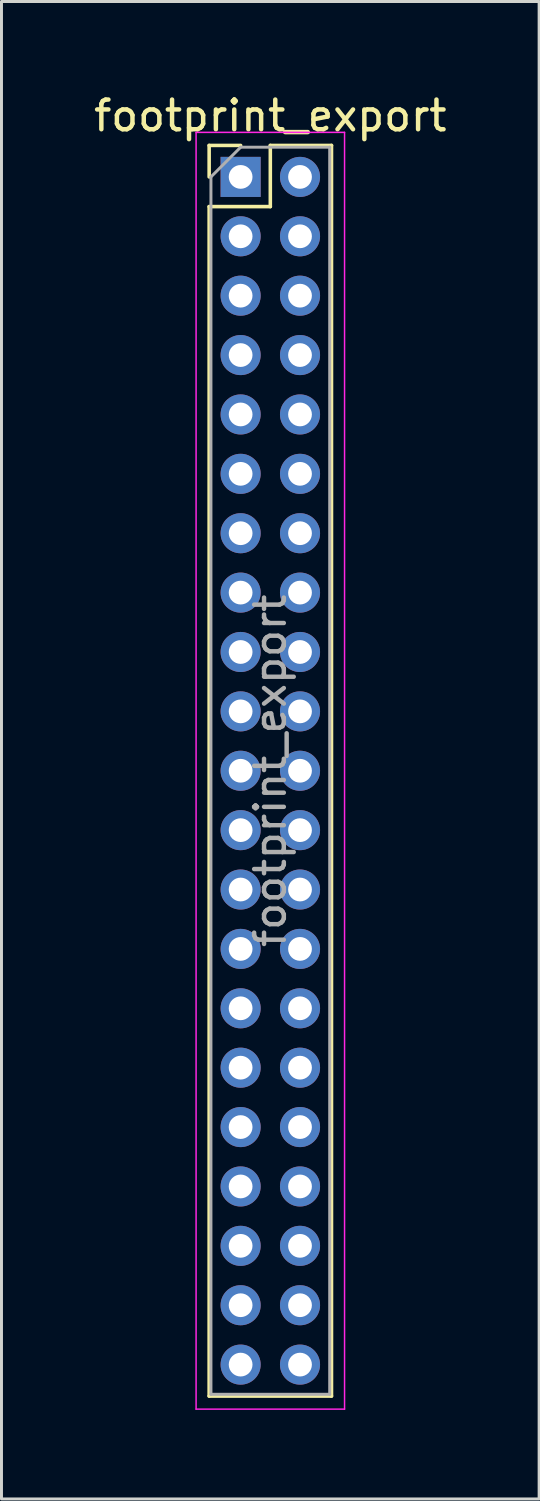
<source format=kicad_pcb>
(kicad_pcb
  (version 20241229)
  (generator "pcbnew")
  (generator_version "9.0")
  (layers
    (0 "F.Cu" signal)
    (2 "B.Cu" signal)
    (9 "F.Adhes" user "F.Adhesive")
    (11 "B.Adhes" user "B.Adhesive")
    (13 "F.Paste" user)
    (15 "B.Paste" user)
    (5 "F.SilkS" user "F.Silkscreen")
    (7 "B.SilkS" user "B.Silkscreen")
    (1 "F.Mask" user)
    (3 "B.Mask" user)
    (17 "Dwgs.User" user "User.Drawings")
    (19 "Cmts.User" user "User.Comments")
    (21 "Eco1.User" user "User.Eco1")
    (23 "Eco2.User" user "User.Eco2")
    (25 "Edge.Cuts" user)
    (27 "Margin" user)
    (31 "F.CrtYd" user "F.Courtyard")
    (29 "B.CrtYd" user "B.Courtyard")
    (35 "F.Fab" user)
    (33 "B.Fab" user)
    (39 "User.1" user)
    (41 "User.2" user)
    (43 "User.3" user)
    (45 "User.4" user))
  (footprint "footprint_export"
    (layer "F.Cu")
    (at 5.054 2.908)
    (property "Reference" "footprint_export" (at 1 -2.06 0) (layer "F.SilkS") (effects (font (size 1 1) (thickness 0.15))))
    (attr through_hole)
    (fp_line (start -1.06 -1.06) (end 0 -1.06) (stroke (width 0.12) (type solid)) (layer "F.SilkS"))
    (fp_line (start -1.06 0) (end -1.06 -1.06) (stroke (width 0.12) (type solid)) (layer "F.SilkS"))
    (fp_line (start -1.06 1) (end -1.06 41.06) (stroke (width 0.12) (type solid)) (layer "F.SilkS"))
    (fp_line (start -1.06 1) (end 1 1) (stroke (width 0.12) (type solid)) (layer "F.SilkS"))
    (fp_line (start -1.06 41.06) (end 3.06 41.06) (stroke (width 0.12) (type solid)) (layer "F.SilkS"))
    (fp_line (start 1 -1.06) (end 3.06 -1.06) (stroke (width 0.12) (type solid)) (layer "F.SilkS"))
    (fp_line (start 1 1) (end 1 -1.06) (stroke (width 0.12) (type solid)) (layer "F.SilkS"))
    (fp_line (start 3.06 -1.06) (end 3.06 41.06) (stroke (width 0.12) (type solid)) (layer "F.SilkS"))
    (fp_line (start -1.5 -1.5) (end -1.5 41.5) (stroke (width 0.05) (type solid)) (layer "F.CrtYd"))
    (fp_line (start -1.5 41.5) (end 3.5 41.5) (stroke (width 0.05) (type solid)) (layer "F.CrtYd"))
    (fp_line (start 3.5 -1.5) (end -1.5 -1.5) (stroke (width 0.05) (type solid)) (layer "F.CrtYd"))
    (fp_line (start 3.5 41.5) (end 3.5 -1.5) (stroke (width 0.05) (type solid)) (layer "F.CrtYd"))
    (fp_line (start -1 0) (end 0 -1) (stroke (width 0.1) (type solid)) (layer "F.Fab"))
    (fp_line (start -1 41) (end -1 0) (stroke (width 0.1) (type solid)) (layer "F.Fab"))
    (fp_line (start 0 -1) (end 3 -1) (stroke (width 0.1) (type solid)) (layer "F.Fab"))
    (fp_line (start 3 -1) (end 3 41) (stroke (width 0.1) (type solid)) (layer "F.Fab"))
    (fp_line (start 3 41) (end -1 41) (stroke (width 0.1) (type solid)) (layer "F.Fab"))
    (fp_text user "${REFERENCE}" (at 1 20 90) (layer "F.Fab") (effects (font (size 1 1) (thickness 0.15))))
    (pad "1" thru_hole rect (at 0 0) (size 1.35 1.35) (drill 0.8) (layers "*.Cu" "*.Mask"))
    (pad "2" thru_hole oval (at 2 0) (size 1.35 1.35) (drill 0.8) (layers "*.Cu" "*.Mask"))
    (pad "3" thru_hole oval (at 0 2) (size 1.35 1.35) (drill 0.8) (layers "*.Cu" "*.Mask"))
    (pad "4" thru_hole oval (at 2 2) (size 1.35 1.35) (drill 0.8) (layers "*.Cu" "*.Mask"))
    (pad "5" thru_hole oval (at 0 4) (size 1.35 1.35) (drill 0.8) (layers "*.Cu" "*.Mask"))
    (pad "6" thru_hole oval (at 2 4) (size 1.35 1.35) (drill 0.8) (layers "*.Cu" "*.Mask"))
    (pad "7" thru_hole oval (at 0 6) (size 1.35 1.35) (drill 0.8) (layers "*.Cu" "*.Mask"))
    (pad "8" thru_hole oval (at 2 6) (size 1.35 1.35) (drill 0.8) (layers "*.Cu" "*.Mask"))
    (pad "9" thru_hole oval (at 0 8) (size 1.35 1.35) (drill 0.8) (layers "*.Cu" "*.Mask"))
    (pad "10" thru_hole oval (at 2 8) (size 1.35 1.35) (drill 0.8) (layers "*.Cu" "*.Mask"))
    (pad "11" thru_hole oval (at 0 10) (size 1.35 1.35) (drill 0.8) (layers "*.Cu" "*.Mask"))
    (pad "12" thru_hole oval (at 2 10) (size 1.35 1.35) (drill 0.8) (layers "*.Cu" "*.Mask"))
    (pad "13" thru_hole oval (at 0 12) (size 1.35 1.35) (drill 0.8) (layers "*.Cu" "*.Mask"))
    (pad "14" thru_hole oval (at 2 12) (size 1.35 1.35) (drill 0.8) (layers "*.Cu" "*.Mask"))
    (pad "15" thru_hole oval (at 0 14) (size 1.35 1.35) (drill 0.8) (layers "*.Cu" "*.Mask"))
    (pad "16" thru_hole oval (at 2 14) (size 1.35 1.35) (drill 0.8) (layers "*.Cu" "*.Mask"))
    (pad "17" thru_hole oval (at 0 16) (size 1.35 1.35) (drill 0.8) (layers "*.Cu" "*.Mask"))
    (pad "18" thru_hole oval (at 2 16) (size 1.35 1.35) (drill 0.8) (layers "*.Cu" "*.Mask"))
    (pad "19" thru_hole oval (at 0 18) (size 1.35 1.35) (drill 0.8) (layers "*.Cu" "*.Mask"))
    (pad "20" thru_hole oval (at 2 18) (size 1.35 1.35) (drill 0.8) (layers "*.Cu" "*.Mask"))
    (pad "21" thru_hole oval (at 0 20) (size 1.35 1.35) (drill 0.8) (layers "*.Cu" "*.Mask"))
    (pad "22" thru_hole oval (at 2 20) (size 1.35 1.35) (drill 0.8) (layers "*.Cu" "*.Mask"))
    (pad "23" thru_hole oval (at 0 22) (size 1.35 1.35) (drill 0.8) (layers "*.Cu" "*.Mask"))
    (pad "24" thru_hole oval (at 2 22) (size 1.35 1.35) (drill 0.8) (layers "*.Cu" "*.Mask"))
    (pad "25" thru_hole oval (at 0 24) (size 1.35 1.35) (drill 0.8) (layers "*.Cu" "*.Mask"))
    (pad "26" thru_hole oval (at 2 24) (size 1.35 1.35) (drill 0.8) (layers "*.Cu" "*.Mask"))
    (pad "27" thru_hole oval (at 0 26) (size 1.35 1.35) (drill 0.8) (layers "*.Cu" "*.Mask"))
    (pad "28" thru_hole oval (at 2 26) (size 1.35 1.35) (drill 0.8) (layers "*.Cu" "*.Mask"))
    (pad "29" thru_hole oval (at 0 28) (size 1.35 1.35) (drill 0.8) (layers "*.Cu" "*.Mask"))
    (pad "30" thru_hole oval (at 2 28) (size 1.35 1.35) (drill 0.8) (layers "*.Cu" "*.Mask"))
    (pad "31" thru_hole oval (at 0 30) (size 1.35 1.35) (drill 0.8) (layers "*.Cu" "*.Mask"))
    (pad "32" thru_hole oval (at 2 30) (size 1.35 1.35) (drill 0.8) (layers "*.Cu" "*.Mask"))
    (pad "33" thru_hole oval (at 0 32) (size 1.35 1.35) (drill 0.8) (layers "*.Cu" "*.Mask"))
    (pad "34" thru_hole oval (at 2 32) (size 1.35 1.35) (drill 0.8) (layers "*.Cu" "*.Mask"))
    (pad "35" thru_hole oval (at 0 34) (size 1.35 1.35) (drill 0.8) (layers "*.Cu" "*.Mask"))
    (pad "36" thru_hole oval (at 2 34) (size 1.35 1.35) (drill 0.8) (layers "*.Cu" "*.Mask"))
    (pad "37" thru_hole oval (at 0 36) (size 1.35 1.35) (drill 0.8) (layers "*.Cu" "*.Mask"))
    (pad "38" thru_hole oval (at 2 36) (size 1.35 1.35) (drill 0.8) (layers "*.Cu" "*.Mask"))
    (pad "39" thru_hole oval (at 0 38) (size 1.35 1.35) (drill 0.8) (layers "*.Cu" "*.Mask"))
    (pad "40" thru_hole oval (at 2 38) (size 1.35 1.35) (drill 0.8) (layers "*.Cu" "*.Mask"))
    (pad "41" thru_hole oval (at 0 40) (size 1.35 1.35) (drill 0.8) (layers "*.Cu" "*.Mask"))
    (pad "42" thru_hole oval (at 2 40) (size 1.35 1.35) (drill 0.8) (layers "*.Cu" "*.Mask")))
  (gr_rect
    (start -3 -3)
    (end 15.107 47.433)
    (stroke (width 0.1) (type default))
    (fill no)
    (layer "Edge.Cuts")))
</source>
